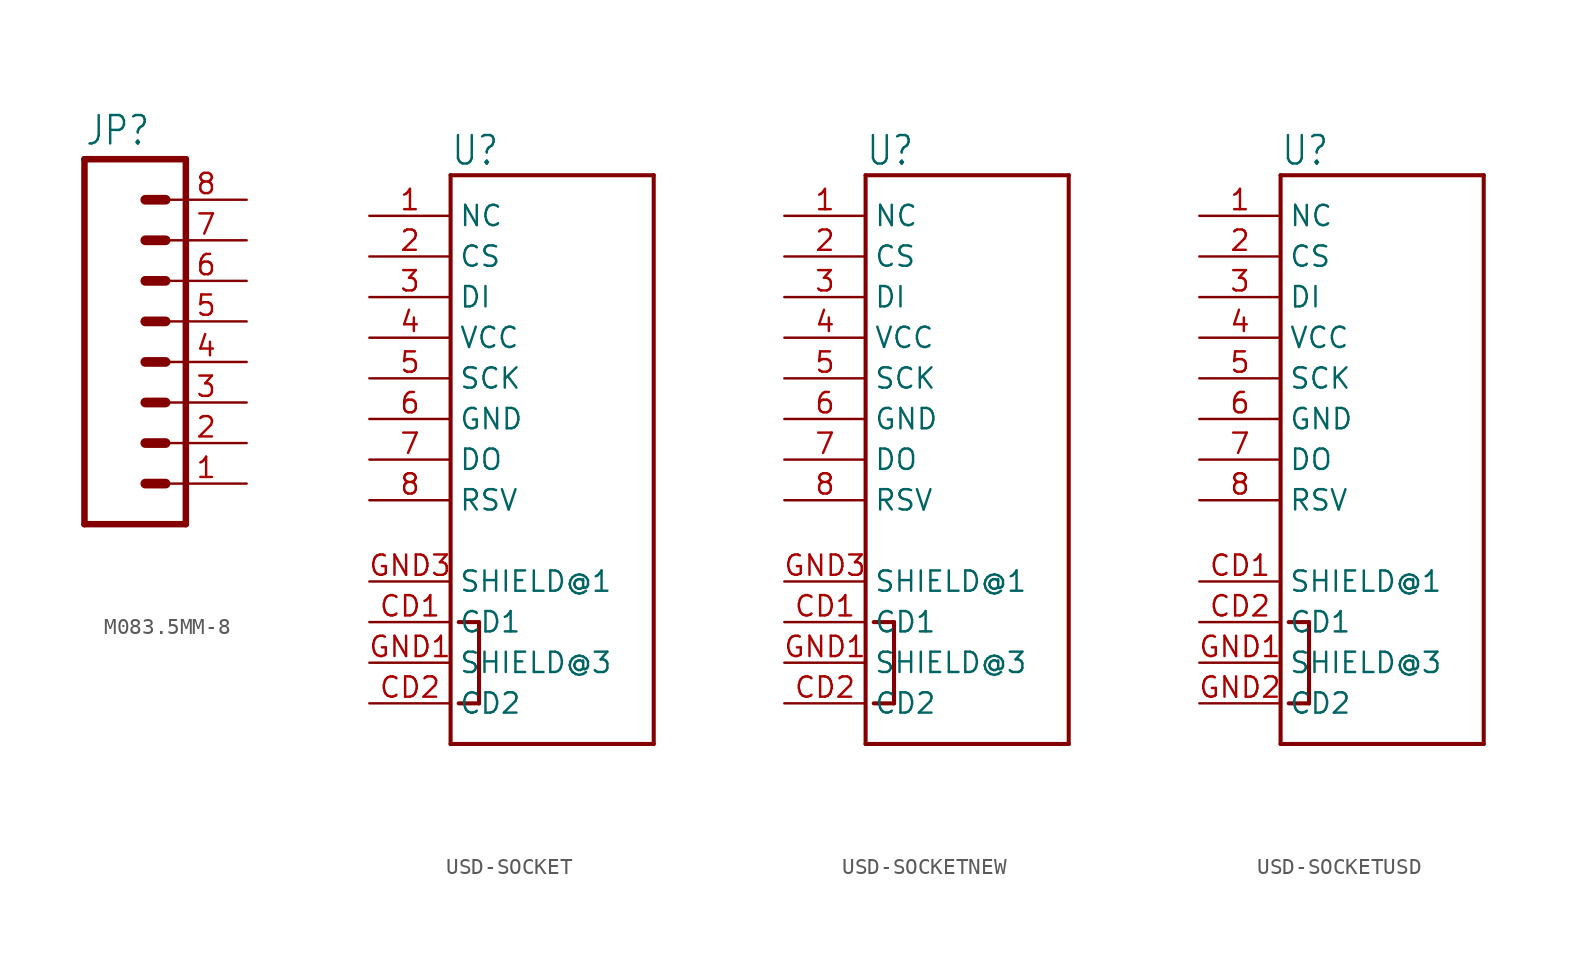
<source format=kicad_sym>
(kicad_symbol_lib
  (version 20220914)
  (generator kicad_symbol_editor)
  (symbol "M083.5MM-8"
    (property "Reference" "JP"
      (at -5.08 13.462 0)
      (effects (font (size 1.778 1.511)) (justify left bottom)))
    (property "Value" ""
      (at -5.08 -12.7 0)
      (effects (font (size 1.778 1.511)) (justify left bottom)))
    (property "ki_locked" ""
      (at 0 0 0)
      (effects (font (size 1.27 1.27))))
    (symbol "M083.5MM-8_1_0"
      (polyline (pts (xy -5.08 12.7) (xy -5.08 -10.16)) (stroke (width 0.406) (type solid)) (fill (type none)))
      (polyline (pts (xy -5.08 12.7) (xy 1.27 12.7)) (stroke (width 0.406) (type solid)) (fill (type none)))
      (polyline (pts (xy -1.27 -7.62) (xy 0 -7.62)) (stroke (width 0.61) (type solid)) (fill (type none)))
      (polyline (pts (xy -1.27 -5.08) (xy 0 -5.08)) (stroke (width 0.61) (type solid)) (fill (type none)))
      (polyline (pts (xy -1.27 -2.54) (xy 0 -2.54)) (stroke (width 0.61) (type solid)) (fill (type none)))
      (polyline (pts (xy -1.27 0) (xy 0 0)) (stroke (width 0.61) (type solid)) (fill (type none)))
      (polyline (pts (xy -1.27 2.54) (xy 0 2.54)) (stroke (width 0.61) (type solid)) (fill (type none)))
      (polyline (pts (xy -1.27 5.08) (xy 0 5.08)) (stroke (width 0.61) (type solid)) (fill (type none)))
      (polyline (pts (xy -1.27 7.62) (xy 0 7.62)) (stroke (width 0.61) (type solid)) (fill (type none)))
      (polyline (pts (xy -1.27 10.16) (xy 0 10.16)) (stroke (width 0.61) (type solid)) (fill (type none)))
      (polyline (pts (xy 1.27 -10.16) (xy -5.08 -10.16)) (stroke (width 0.406) (type solid)) (fill (type none)))
      (polyline (pts (xy 1.27 -10.16) (xy 1.27 12.7)) (stroke (width 0.406) (type solid)) (fill (type none)))
      (pin passive line (at 5.08 -7.62 180) (length 5.08) (name "1" (effects (font (size 0 0)))) (number "1" (effects (font (size 1.27 1.27)))))
      (pin passive line (at 5.08 -5.08 180) (length 5.08) (name "2" (effects (font (size 0 0)))) (number "2" (effects (font (size 1.27 1.27)))))
      (pin passive line (at 5.08 -2.54 180) (length 5.08) (name "3" (effects (font (size 0 0)))) (number "3" (effects (font (size 1.27 1.27)))))
      (pin passive line (at 5.08 0 180) (length 5.08) (name "4" (effects (font (size 0 0)))) (number "4" (effects (font (size 1.27 1.27)))))
      (pin passive line (at 5.08 2.54 180) (length 5.08) (name "5" (effects (font (size 0 0)))) (number "5" (effects (font (size 1.27 1.27)))))
      (pin passive line (at 5.08 5.08 180) (length 5.08) (name "6" (effects (font (size 0 0)))) (number "6" (effects (font (size 1.27 1.27)))))
      (pin passive line (at 5.08 7.62 180) (length 5.08) (name "7" (effects (font (size 0 0)))) (number "7" (effects (font (size 1.27 1.27)))))
      (pin passive line (at 5.08 10.16 180) (length 5.08) (name "8" (effects (font (size 0 0)))) (number "8" (effects (font (size 1.27 1.27)))))))
  (symbol "USD-SOCKET"
    (property "Reference" "U"
      (at -2.54 15.748 0)
      (effects (font (size 1.778 1.511)) (justify left bottom)))
    (property "Value" ""
      (at -2.54 -22.86 0)
      (effects (font (size 1.778 1.511)) (justify left bottom)))
    (property "ki_locked" ""
      (at 0 0 0)
      (effects (font (size 1.27 1.27))))
    (symbol "USD-SOCKET_1_0"
      (polyline (pts (xy -2.54 -20.32) (xy -2.54 15.24)) (stroke (width 0.254) (type solid)) (fill (type none)))
      (polyline (pts (xy -2.54 15.24) (xy 10.16 15.24)) (stroke (width 0.254) (type solid)) (fill (type none)))
      (polyline (pts (xy -0.762 -17.78) (xy -2.032 -17.78)) (stroke (width 0.254) (type solid)) (fill (type none)))
      (polyline (pts (xy -0.762 -12.7) (xy -2.032 -12.7)) (stroke (width 0.254) (type solid)) (fill (type none)))
      (polyline (pts (xy -0.762 -12.7) (xy -0.762 -17.78)) (stroke (width 0.254) (type solid)) (fill (type none)))
      (polyline (pts (xy 10.16 -20.32) (xy -2.54 -20.32)) (stroke (width 0.254) (type solid)) (fill (type none)))
      (polyline (pts (xy 10.16 15.24) (xy 10.16 -20.32)) (stroke (width 0.254) (type solid)) (fill (type none)))
      (pin bidirectional line (at -7.62 12.7 0) (length 5.08) (name "NC" (effects (font (size 1.27 1.27)))) (number "1" (effects (font (size 1.27 1.27)))))
      (pin bidirectional line (at -7.62 10.16 0) (length 5.08) (name "CS" (effects (font (size 1.27 1.27)))) (number "2" (effects (font (size 1.27 1.27)))))
      (pin bidirectional line (at -7.62 7.62 0) (length 5.08) (name "DI" (effects (font (size 1.27 1.27)))) (number "3" (effects (font (size 1.27 1.27)))))
      (pin bidirectional line (at -7.62 5.08 0) (length 5.08) (name "VCC" (effects (font (size 1.27 1.27)))) (number "4" (effects (font (size 1.27 1.27)))))
      (pin bidirectional line (at -7.62 2.54 0) (length 5.08) (name "SCK" (effects (font (size 1.27 1.27)))) (number "5" (effects (font (size 1.27 1.27)))))
      (pin bidirectional line (at -7.62 0 0) (length 5.08) (name "GND" (effects (font (size 1.27 1.27)))) (number "6" (effects (font (size 1.27 1.27)))))
      (pin bidirectional line (at -7.62 -2.54 0) (length 5.08) (name "DO" (effects (font (size 1.27 1.27)))) (number "7" (effects (font (size 1.27 1.27)))))
      (pin bidirectional line (at -7.62 -5.08 0) (length 5.08) (name "RSV" (effects (font (size 1.27 1.27)))) (number "8" (effects (font (size 1.27 1.27)))))
      (pin bidirectional line (at -7.62 -12.7 0) (length 5.08) (name "CD1" (effects (font (size 1.27 1.27)))) (number "CD1" (effects (font (size 1.27 1.27)))))
      (pin bidirectional line (at -7.62 -17.78 0) (length 5.08) (name "CD2" (effects (font (size 1.27 1.27)))) (number "CD2" (effects (font (size 1.27 1.27)))))
      (pin bidirectional line (at -7.62 -15.24 0) (length 5.08) (name "SHIELD@3" (effects (font (size 1.27 1.27)))) (number "GND1" (effects (font (size 1.27 1.27)))))
      (pin bidirectional line (at -7.62 -10.16 0) (length 5.08) (name "SHIELD@1" (effects (font (size 1.27 1.27)))) (number "GND3" (effects (font (size 1.27 1.27)))))))
  (symbol "USD-SOCKETNEW"
    (property "Reference" "U"
      (at -2.54 15.748 0)
      (effects (font (size 1.778 1.511)) (justify left bottom)))
    (property "Value" ""
      (at -2.54 -22.86 0)
      (effects (font (size 1.778 1.511)) (justify left bottom)))
    (property "ki_locked" ""
      (at 0 0 0)
      (effects (font (size 1.27 1.27))))
    (symbol "USD-SOCKETNEW_1_0"
      (polyline (pts (xy -2.54 -20.32) (xy -2.54 15.24)) (stroke (width 0.254) (type solid)) (fill (type none)))
      (polyline (pts (xy -2.54 15.24) (xy 10.16 15.24)) (stroke (width 0.254) (type solid)) (fill (type none)))
      (polyline (pts (xy -0.762 -17.78) (xy -2.032 -17.78)) (stroke (width 0.254) (type solid)) (fill (type none)))
      (polyline (pts (xy -0.762 -12.7) (xy -2.032 -12.7)) (stroke (width 0.254) (type solid)) (fill (type none)))
      (polyline (pts (xy -0.762 -12.7) (xy -0.762 -17.78)) (stroke (width 0.254) (type solid)) (fill (type none)))
      (polyline (pts (xy 10.16 -20.32) (xy -2.54 -20.32)) (stroke (width 0.254) (type solid)) (fill (type none)))
      (polyline (pts (xy 10.16 15.24) (xy 10.16 -20.32)) (stroke (width 0.254) (type solid)) (fill (type none)))
      (pin bidirectional line (at -7.62 12.7 0) (length 5.08) (name "NC" (effects (font (size 1.27 1.27)))) (number "1" (effects (font (size 1.27 1.27)))))
      (pin bidirectional line (at -7.62 10.16 0) (length 5.08) (name "CS" (effects (font (size 1.27 1.27)))) (number "2" (effects (font (size 1.27 1.27)))))
      (pin bidirectional line (at -7.62 7.62 0) (length 5.08) (name "DI" (effects (font (size 1.27 1.27)))) (number "3" (effects (font (size 1.27 1.27)))))
      (pin bidirectional line (at -7.62 5.08 0) (length 5.08) (name "VCC" (effects (font (size 1.27 1.27)))) (number "4" (effects (font (size 1.27 1.27)))))
      (pin bidirectional line (at -7.62 2.54 0) (length 5.08) (name "SCK" (effects (font (size 1.27 1.27)))) (number "5" (effects (font (size 1.27 1.27)))))
      (pin bidirectional line (at -7.62 0 0) (length 5.08) (name "GND" (effects (font (size 1.27 1.27)))) (number "6" (effects (font (size 1.27 1.27)))))
      (pin bidirectional line (at -7.62 -2.54 0) (length 5.08) (name "DO" (effects (font (size 1.27 1.27)))) (number "7" (effects (font (size 1.27 1.27)))))
      (pin bidirectional line (at -7.62 -5.08 0) (length 5.08) (name "RSV" (effects (font (size 1.27 1.27)))) (number "8" (effects (font (size 1.27 1.27)))))
      (pin bidirectional line (at -7.62 -12.7 0) (length 5.08) (name "CD1" (effects (font (size 1.27 1.27)))) (number "CD1" (effects (font (size 1.27 1.27)))))
      (pin bidirectional line (at -7.62 -17.78 0) (length 5.08) (name "CD2" (effects (font (size 1.27 1.27)))) (number "CD2" (effects (font (size 1.27 1.27)))))
      (pin bidirectional line (at -7.62 -15.24 0) (length 5.08) (name "SHIELD@3" (effects (font (size 1.27 1.27)))) (number "GND1" (effects (font (size 1.27 1.27)))))
      (pin bidirectional line (at -7.62 -10.16 0) (length 5.08) (name "SHIELD@1" (effects (font (size 1.27 1.27)))) (number "GND3" (effects (font (size 1.27 1.27)))))))
  (symbol "USD-SOCKETUSD"
    (property "Reference" "U"
      (at -2.54 15.748 0)
      (effects (font (size 1.778 1.511)) (justify left bottom)))
    (property "Value" ""
      (at -2.54 -22.86 0)
      (effects (font (size 1.778 1.511)) (justify left bottom)))
    (property "ki_locked" ""
      (at 0 0 0)
      (effects (font (size 1.27 1.27))))
    (symbol "USD-SOCKETUSD_1_0"
      (polyline (pts (xy -2.54 -20.32) (xy -2.54 15.24)) (stroke (width 0.254) (type solid)) (fill (type none)))
      (polyline (pts (xy -2.54 15.24) (xy 10.16 15.24)) (stroke (width 0.254) (type solid)) (fill (type none)))
      (polyline (pts (xy -0.762 -17.78) (xy -2.032 -17.78)) (stroke (width 0.254) (type solid)) (fill (type none)))
      (polyline (pts (xy -0.762 -12.7) (xy -2.032 -12.7)) (stroke (width 0.254) (type solid)) (fill (type none)))
      (polyline (pts (xy -0.762 -12.7) (xy -0.762 -17.78)) (stroke (width 0.254) (type solid)) (fill (type none)))
      (polyline (pts (xy 10.16 -20.32) (xy -2.54 -20.32)) (stroke (width 0.254) (type solid)) (fill (type none)))
      (polyline (pts (xy 10.16 15.24) (xy 10.16 -20.32)) (stroke (width 0.254) (type solid)) (fill (type none)))
      (pin bidirectional line (at -7.62 12.7 0) (length 5.08) (name "NC" (effects (font (size 1.27 1.27)))) (number "1" (effects (font (size 1.27 1.27)))))
      (pin bidirectional line (at -7.62 10.16 0) (length 5.08) (name "CS" (effects (font (size 1.27 1.27)))) (number "2" (effects (font (size 1.27 1.27)))))
      (pin bidirectional line (at -7.62 7.62 0) (length 5.08) (name "DI" (effects (font (size 1.27 1.27)))) (number "3" (effects (font (size 1.27 1.27)))))
      (pin bidirectional line (at -7.62 5.08 0) (length 5.08) (name "VCC" (effects (font (size 1.27 1.27)))) (number "4" (effects (font (size 1.27 1.27)))))
      (pin bidirectional line (at -7.62 2.54 0) (length 5.08) (name "SCK" (effects (font (size 1.27 1.27)))) (number "5" (effects (font (size 1.27 1.27)))))
      (pin bidirectional line (at -7.62 0 0) (length 5.08) (name "GND" (effects (font (size 1.27 1.27)))) (number "6" (effects (font (size 1.27 1.27)))))
      (pin bidirectional line (at -7.62 -2.54 0) (length 5.08) (name "DO" (effects (font (size 1.27 1.27)))) (number "7" (effects (font (size 1.27 1.27)))))
      (pin bidirectional line (at -7.62 -5.08 0) (length 5.08) (name "RSV" (effects (font (size 1.27 1.27)))) (number "8" (effects (font (size 1.27 1.27)))))
      (pin bidirectional line (at -7.62 -10.16 0) (length 5.08) (name "SHIELD@1" (effects (font (size 1.27 1.27)))) (number "CD1" (effects (font (size 1.27 1.27)))))
      (pin bidirectional line (at -7.62 -12.7 0) (length 5.08) (name "CD1" (effects (font (size 1.27 1.27)))) (number "CD2" (effects (font (size 1.27 1.27)))))
      (pin bidirectional line (at -7.62 -15.24 0) (length 5.08) (name "SHIELD@3" (effects (font (size 1.27 1.27)))) (number "GND1" (effects (font (size 1.27 1.27)))))
      (pin bidirectional line (at -7.62 -17.78 0) (length 5.08) (name "CD2" (effects (font (size 1.27 1.27)))) (number "GND2" (effects (font (size 1.27 1.27))))))))
</source>
